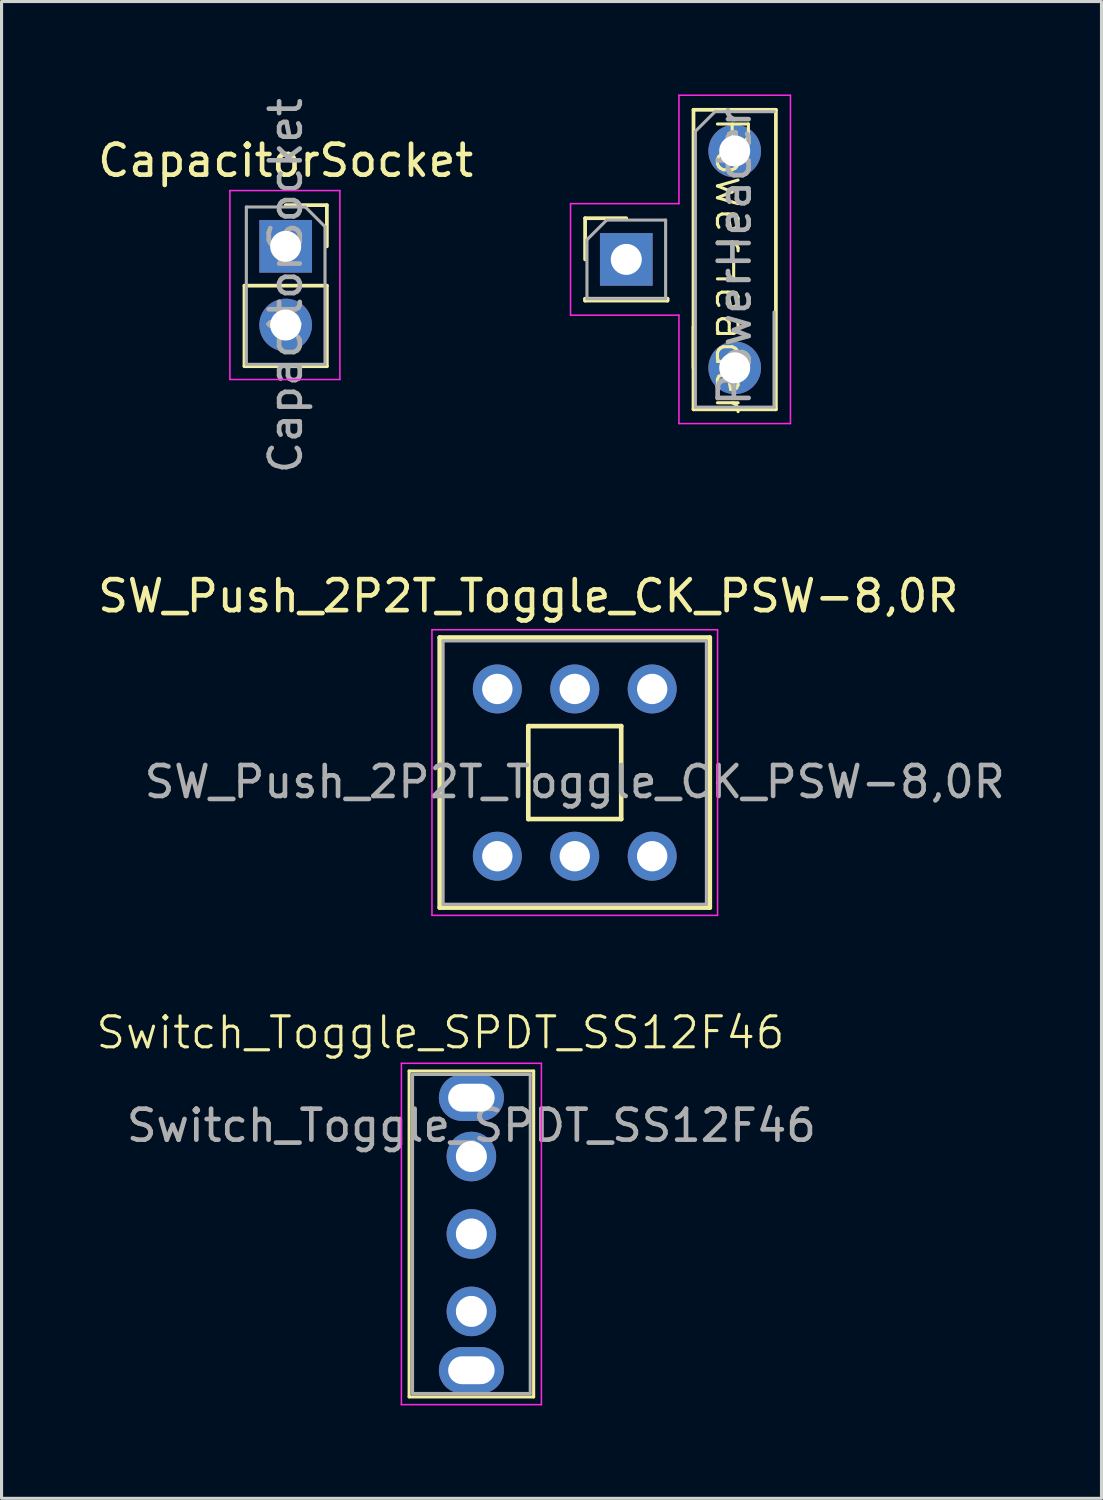
<source format=kicad_pcb>
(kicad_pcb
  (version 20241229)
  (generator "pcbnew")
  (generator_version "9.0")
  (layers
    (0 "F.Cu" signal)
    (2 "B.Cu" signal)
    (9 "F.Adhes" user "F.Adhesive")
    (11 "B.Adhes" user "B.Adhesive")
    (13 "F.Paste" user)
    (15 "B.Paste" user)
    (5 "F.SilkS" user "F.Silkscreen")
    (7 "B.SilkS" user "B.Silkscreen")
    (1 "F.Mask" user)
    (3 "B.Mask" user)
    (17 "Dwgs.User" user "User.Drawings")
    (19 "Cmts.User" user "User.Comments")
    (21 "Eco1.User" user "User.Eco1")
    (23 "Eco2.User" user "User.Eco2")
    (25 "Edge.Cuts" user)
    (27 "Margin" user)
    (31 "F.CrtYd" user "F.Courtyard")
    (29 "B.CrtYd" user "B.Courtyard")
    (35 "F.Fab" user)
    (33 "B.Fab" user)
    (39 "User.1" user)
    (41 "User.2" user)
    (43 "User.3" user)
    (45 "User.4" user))
  (footprint "Switch_Toggle_SPDT_SS12F46"
    (layer "F.Cu")
    (at 12.169 34.289)
    (property "Reference" "Switch_Toggle_SPDT_SS12F46" (at -1 -4 0) (unlocked yes) (layer "F.SilkS") (effects (font (size 1 1) (thickness 0.1))))
    (attr through_hole)
    (fp_line (start -2.01 -2.76) (end 2.01 -2.76) (stroke (width 0.1) (type default)) (layer "F.SilkS"))
    (fp_line (start -2.01 7.76) (end -2.01 -2.76) (stroke (width 0.1) (type default)) (layer "F.SilkS"))
    (fp_line (start 2.01 -2.76) (end 2.01 7.76) (stroke (width 0.1) (type default)) (layer "F.SilkS"))
    (fp_line (start 2.01 7.76) (end -2.01 7.76) (stroke (width 0.1) (type default)) (layer "F.SilkS"))
    (fp_line (start -2.26 -3.01) (end 2.26 -3.01) (stroke (width 0.05) (type default)) (layer "F.CrtYd"))
    (fp_line (start -2.26 8.01) (end -2.26 -3.01) (stroke (width 0.05) (type default)) (layer "F.CrtYd"))
    (fp_line (start 2.26 -3.01) (end 2.26 8.01) (stroke (width 0.05) (type default)) (layer "F.CrtYd"))
    (fp_line (start 2.26 8.01) (end -2.26 8.01) (stroke (width 0.05) (type default)) (layer "F.CrtYd"))
    (fp_line (start -1.9 -2.65) (end 1.9 -2.65) (stroke (width 0.1) (type default)) (layer "F.Fab"))
    (fp_line (start -1.9 7.65) (end -1.9 -2.65) (stroke (width 0.1) (type default)) (layer "F.Fab"))
    (fp_line (start 1.9 -2.65) (end 1.9 7.65) (stroke (width 0.1) (type default)) (layer "F.Fab"))
    (fp_line (start 1.9 7.65) (end -1.9 7.65) (stroke (width 0.1) (type default)) (layer "F.Fab"))
    (fp_text user "${REFERENCE}" (at 0 -1 0) (unlocked yes) (layer "F.Fab") (effects (font (size 1 1) (thickness 0.15))))
    (pad "" np_thru_hole oval (at 0 -1.9) (size 2.1 1.5) (drill oval 1.5 0.9) (layers "*.Cu" "*.Mask"))
    (pad "" np_thru_hole oval (at 0 6.9) (size 2.1 1.5) (drill oval 1.5 0.9) (layers "*.Cu" "*.Mask"))
    (pad "1" thru_hole circle (at 0 0) (size 1.6 1.6) (drill 1) (layers "*.Cu" "*.Mask"))
    (pad "2" thru_hole circle (at 0 2.5) (size 1.6 1.6) (drill 1) (layers "*.Cu" "*.Mask"))
    (pad "3" thru_hole circle (at 0 5) (size 1.6 1.6) (drill 1) (layers "*.Cu" "*.Mask")))
  (footprint "CapacitorSocket"
    (layer "F.Cu")
    (at 6.173 4.903)
    (property "Reference" "CapacitorSocket" (at 0 -2.77 0) (layer "F.SilkS") (effects (font (size 1 1) (thickness 0.15))))
    (attr through_hole)
    (fp_line (start -1.33 1.27) (end -1.33 3.87) (stroke (width 0.12) (type solid)) (layer "F.SilkS"))
    (fp_line (start -1.33 1.27) (end 1.33 1.27) (stroke (width 0.12) (type solid)) (layer "F.SilkS"))
    (fp_line (start -1.33 3.87) (end 1.33 3.87) (stroke (width 0.12) (type solid)) (layer "F.SilkS"))
    (fp_line (start 0 -1.33) (end 1.33 -1.33) (stroke (width 0.12) (type solid)) (layer "F.SilkS"))
    (fp_line (start 1.33 -1.33) (end 1.33 0) (stroke (width 0.12) (type solid)) (layer "F.SilkS"))
    (fp_line (start 1.33 1.27) (end 1.33 3.87) (stroke (width 0.12) (type solid)) (layer "F.SilkS"))
    (fp_line (start -1.8 -1.8) (end 1.75 -1.8) (stroke (width 0.05) (type solid)) (layer "F.CrtYd"))
    (fp_line (start -1.8 4.3) (end -1.8 -1.8) (stroke (width 0.05) (type solid)) (layer "F.CrtYd"))
    (fp_line (start 1.75 -1.8) (end 1.75 4.3) (stroke (width 0.05) (type solid)) (layer "F.CrtYd"))
    (fp_line (start 1.75 4.3) (end -1.8 4.3) (stroke (width 0.05) (type solid)) (layer "F.CrtYd"))
    (fp_line (start -1.27 -1.27) (end 0.635 -1.27) (stroke (width 0.1) (type solid)) (layer "F.Fab"))
    (fp_line (start -1.27 3.81) (end -1.27 -1.27) (stroke (width 0.1) (type solid)) (layer "F.Fab"))
    (fp_line (start 0.635 -1.27) (end 1.27 -0.635) (stroke (width 0.1) (type solid)) (layer "F.Fab"))
    (fp_line (start 1.27 -0.635) (end 1.27 3.81) (stroke (width 0.1) (type solid)) (layer "F.Fab"))
    (fp_line (start 1.27 3.81) (end -1.27 3.81) (stroke (width 0.1) (type solid)) (layer "F.Fab"))
    (fp_text user "${REFERENCE}" (at 0 1.27 90) (layer "F.Fab") (effects (font (size 1 1) (thickness 0.15))))
    (pad "1" thru_hole rect (at 0 0) (size 1.7 1.7) (drill 1) (layers "*.Cu" "*.Mask"))
    (pad "2" thru_hole oval (at 0 2.54) (size 1.7 1.7) (drill 1) (layers "*.Cu" "*.Mask")))
  (footprint "SW_Push_2P2T_Toggle_CK_PSW-8,0R"
    (layer "F.Cu")
    (at 13.006 19.193)
    (property "Reference" "SW_Push_2P2T_Toggle_CK_PSW-8,0R" (at 1 -3 0) (unlocked yes) (layer "F.SilkS") (effects (font (size 1 1) (thickness 0.15))))
    (attr through_hole)
    (fp_line (start -1.86 -1.66) (end -1.86 7.06) (stroke (width 0.15) (type default)) (layer "F.SilkS"))
    (fp_line (start -1.86 7.06) (end 6.86 7.06) (stroke (width 0.15) (type default)) (layer "F.SilkS"))
    (fp_line (start 1 1.2) (end 4 1.2) (stroke (width 0.15) (type default)) (layer "F.SilkS"))
    (fp_line (start 1 4.2) (end 1 1.2) (stroke (width 0.15) (type default)) (layer "F.SilkS"))
    (fp_line (start 4 1.2) (end 4 4.2) (stroke (width 0.15) (type default)) (layer "F.SilkS"))
    (fp_line (start 4 4.2) (end 1 4.2) (stroke (width 0.15) (type default)) (layer "F.SilkS"))
    (fp_line (start 6.86 -1.66) (end -1.86 -1.66) (stroke (width 0.15) (type default)) (layer "F.SilkS"))
    (fp_line (start 6.86 7.06) (end 6.86 -1.66) (stroke (width 0.15) (type default)) (layer "F.SilkS"))
    (fp_line (start -2.11 -1.91) (end -2.11 7.31) (stroke (width 0.05) (type default)) (layer "F.CrtYd"))
    (fp_line (start -2.11 7.31) (end 7.11 7.31) (stroke (width 0.05) (type default)) (layer "F.CrtYd"))
    (fp_line (start 7.11 -1.91) (end -2.11 -1.91) (stroke (width 0.05) (type default)) (layer "F.CrtYd"))
    (fp_line (start 7.11 7.31) (end 7.11 -1.91) (stroke (width 0.05) (type default)) (layer "F.CrtYd"))
    (fp_line (start -1.75 -1.55) (end -1.75 6.95) (stroke (width 0.1) (type default)) (layer "F.Fab"))
    (fp_line (start -1.75 6.95) (end 6.75 6.95) (stroke (width 0.1) (type default)) (layer "F.Fab"))
    (fp_line (start 6.75 -1.55) (end -1.75 -1.55) (stroke (width 0.1) (type default)) (layer "F.Fab"))
    (fp_line (start 6.75 6.95) (end 6.75 -1.55) (stroke (width 0.1) (type default)) (layer "F.Fab"))
    (fp_text user "${REFERENCE}" (at 2.5 3 0) (unlocked yes) (layer "F.Fab") (effects (font (size 1 1) (thickness 0.15))))
    (pad "1" thru_hole circle (at 0 0) (size 1.58 1.58) (drill 0.98) (layers "*.Cu" "*.Mask"))
    (pad "2" thru_hole circle (at 2.5 0) (size 1.58 1.58) (drill 0.98) (layers "*.Cu" "*.Mask"))
    (pad "3" thru_hole circle (at 5 0) (size 1.58 1.58) (drill 0.98) (layers "*.Cu" "*.Mask"))
    (pad "4" thru_hole circle (at 0 5.4) (size 1.58 1.58) (drill 0.98) (layers "*.Cu" "*.Mask"))
    (pad "5" thru_hole circle (at 2.5 5.4) (size 1.58 1.58) (drill 0.98) (layers "*.Cu" "*.Mask"))
    (pad "6" thru_hole circle (at 5 5.4) (size 1.58 1.58) (drill 0.98) (layers "*.Cu" "*.Mask")))
  (footprint "PowerHeader"
    (layer "F.Cu")
    (at 20.67 8.825)
    (property "Reference" "PowerHeader" (at -0.1 -3.3 270) (unlocked yes) (layer "F.SilkS") (effects (font (size 1 1) (thickness 0.1))))
    (attr through_hole)
    (fp_line (start -4.83 -4.83) (end -3.5 -4.83) (stroke (width 0.12) (type solid)) (layer "F.SilkS"))
    (fp_line (start -4.83 -3.5) (end -4.83 -4.83) (stroke (width 0.12) (type solid)) (layer "F.SilkS"))
    (fp_line (start -4.83 -2.23) (end -4.83 -2.17) (stroke (width 0.12) (type solid)) (layer "F.SilkS"))
    (fp_line (start -4.83 -2.23) (end -2.17 -2.23) (stroke (width 0.12) (type solid)) (layer "F.SilkS"))
    (fp_line (start -4.83 -2.17) (end -2.17 -2.17) (stroke (width 0.12) (type solid)) (layer "F.SilkS"))
    (fp_line (start -2.17 -2.23) (end -2.17 -2.17) (stroke (width 0.12) (type solid)) (layer "F.SilkS"))
    (fp_line (start -1.33 -8.33) (end -1.33 1.34) (stroke (width 0.12) (type solid)) (layer "F.SilkS"))
    (fp_line (start -1.33 -8.33) (end 1.33 -8.33) (stroke (width 0.12) (type solid)) (layer "F.SilkS"))
    (fp_line (start -1.33 0) (end -1.33 -1.33) (stroke (width 0.12) (type solid)) (layer "F.SilkS"))
    (fp_line (start -1.33 1.34) (end 1.33 1.34) (stroke (width 0.12) (type solid)) (layer "F.SilkS"))
    (fp_line (start 1.33 -8.33) (end 1.33 1.34) (stroke (width 0.12) (type solid)) (layer "F.SilkS"))
    (fp_line (start -5.3 -5.3) (end -5.3 -1.7) (stroke (width 0.05) (type solid)) (layer "F.CrtYd"))
    (fp_line (start -5.3 -1.7) (end -1.8 -1.7) (stroke (width 0.05) (type solid)) (layer "F.CrtYd"))
    (fp_line (start -1.8 -8.8) (end -1.8 -5.3) (stroke (width 0.05) (type solid)) (layer "F.CrtYd"))
    (fp_line (start -1.8 -5.3) (end -5.3 -5.3) (stroke (width 0.05) (type solid)) (layer "F.CrtYd"))
    (fp_line (start -1.8 -1.7) (end -1.8 1.8) (stroke (width 0.05) (type solid)) (layer "F.CrtYd"))
    (fp_line (start -1.8 1.8) (end 1.8 1.8) (stroke (width 0.05) (type solid)) (layer "F.CrtYd"))
    (fp_line (start 1.8 -8.8) (end -1.8 -8.8) (stroke (width 0.05) (type solid)) (layer "F.CrtYd"))
    (fp_line (start 1.8 1.8) (end 1.8 -8.8) (stroke (width 0.05) (type solid)) (layer "F.CrtYd"))
    (fp_line (start -4.77 -4.135) (end -4.135 -4.77) (stroke (width 0.1) (type solid)) (layer "F.Fab"))
    (fp_line (start -4.77 -2.23) (end -4.77 -4.135) (stroke (width 0.1) (type solid)) (layer "F.Fab"))
    (fp_line (start -4.135 -4.77) (end -2.23 -4.77) (stroke (width 0.1) (type solid)) (layer "F.Fab"))
    (fp_line (start -2.23 -4.77) (end -2.23 -2.23) (stroke (width 0.1) (type solid)) (layer "F.Fab"))
    (fp_line (start -2.23 -2.23) (end -4.77 -2.23) (stroke (width 0.1) (type solid)) (layer "F.Fab"))
    (fp_line (start -1.27 -7.635) (end -0.635 -8.27) (stroke (width 0.1) (type solid)) (layer "F.Fab"))
    (fp_line (start -1.27 1.27) (end -1.27 -7.635) (stroke (width 0.1) (type solid)) (layer "F.Fab"))
    (fp_line (start -0.635 -8.27) (end 1.27 -8.27) (stroke (width 0.1) (type solid)) (layer "F.Fab"))
    (fp_line (start 1.27 -1.8) (end 1.27 1.27) (stroke (width 0.1) (type solid)) (layer "F.Fab"))
    (fp_line (start 1.27 1.27) (end -1.27 1.27) (stroke (width 0.1) (type solid)) (layer "F.Fab"))
    (fp_text user "${REFERENCE}" (at -0.005 -3.6 90) (unlocked yes) (layer "F.Fab") (effects (font (size 1 1) (thickness 0.15))))
    (pad "1" thru_hole oval (at 0 0) (size 1.7 1.7) (drill 1) (layers "*.Cu" "*.Mask"))
    (pad "2" thru_hole rect (at -3.5 -3.5) (size 1.7 1.7) (drill 1) (layers "*.Cu" "*.Mask"))
    (pad "3" thru_hole oval (at 0 -7) (size 1.7 1.7) (drill 1) (layers "*.Cu" "*.Mask")))
  (gr_rect
    (start -3 -3)
    (end 32.512 45.324)
    (stroke (width 0.1) (type default))
    (fill no)
    (layer "Edge.Cuts")))
</source>
